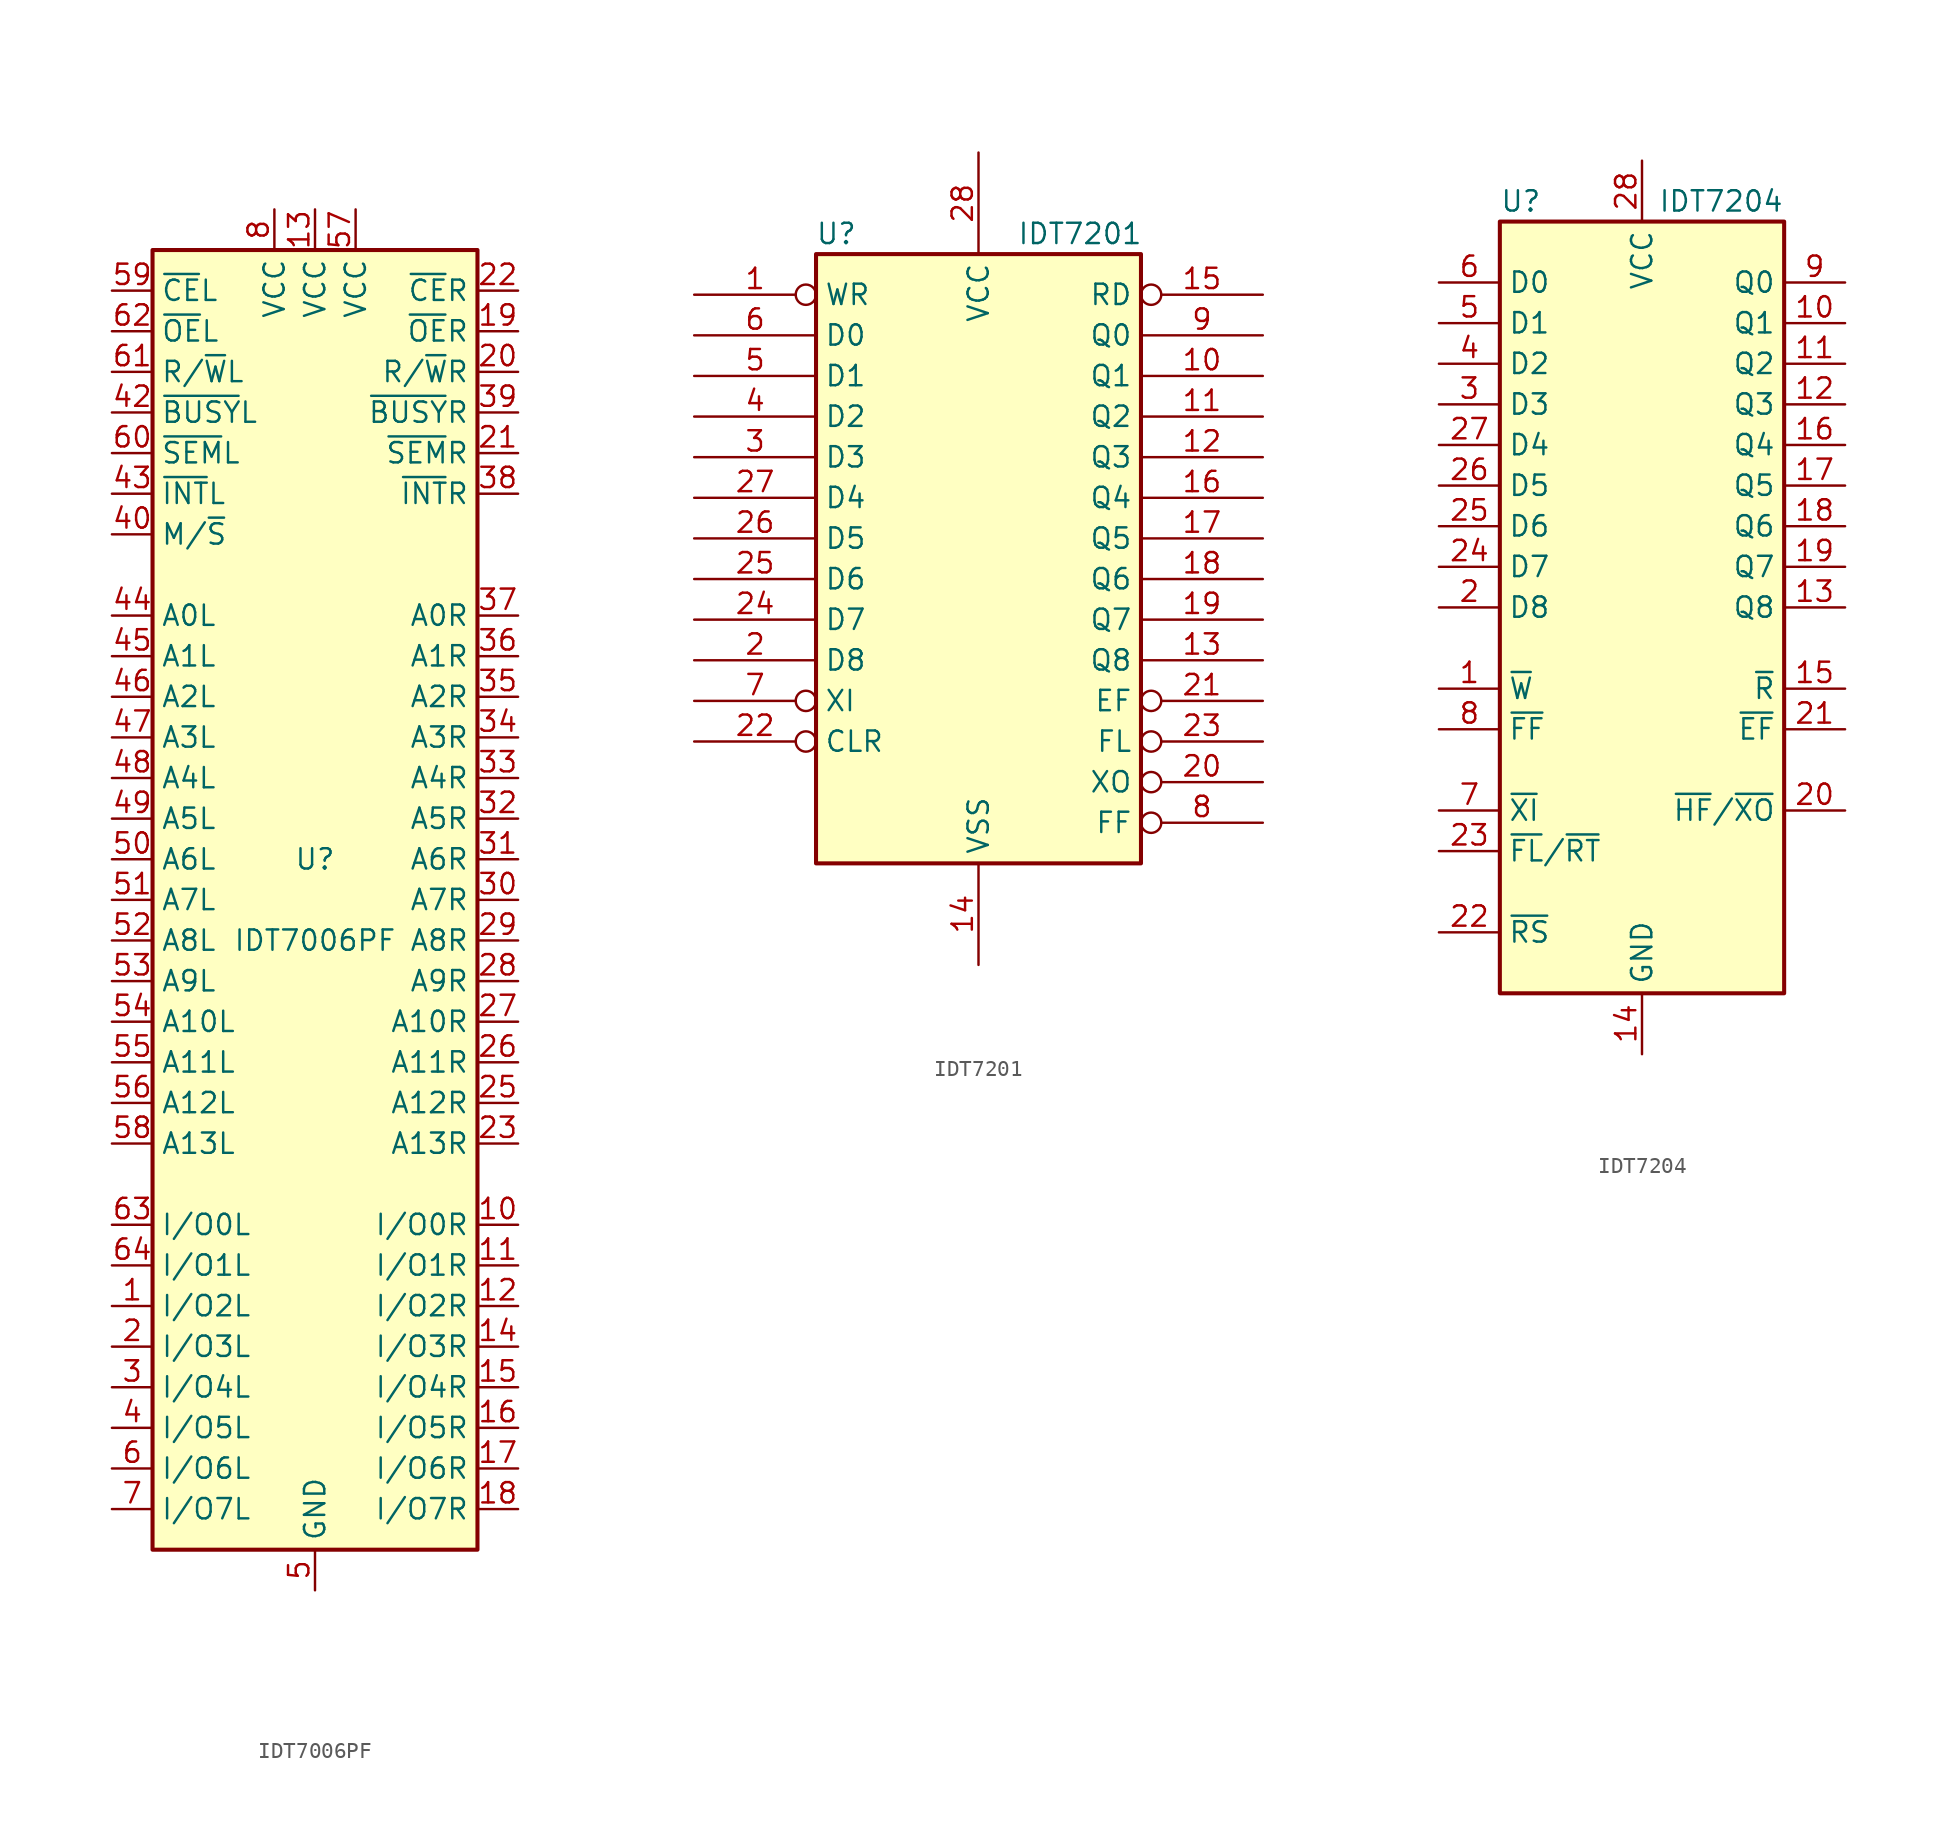
<source format=kicad_sym>
(kicad_symbol_lib
  (version 20220914)
  (generator kicad_symbol_editor)
  (symbol "IDT7006PF"
    (property "Reference" "U"
      (at 0 2.54 0)
      (effects (font (size 1.27 1.27))))
    (property "Value" "IDT7006PF"
      (at 0 -2.54 0)
      (effects (font (size 1.27 1.27))))
    (symbol "IDT7006PF_0_1"
      (rectangle (start -10.16 -40.64) (end 10.16 40.64) (stroke (width 0.254) (type solid)) (fill (type background))))
    (symbol "IDT7006PF_1_1"
      (pin bidirectional line (at -12.7 -25.4 0) (length 2.54) (name "I/O2L" (effects (font (size 1.27 1.27)))) (number "1" (effects (font (size 1.27 1.27)))))
      (pin bidirectional line (at 12.7 -20.32 180) (length 2.54) (name "I/O0R" (effects (font (size 1.27 1.27)))) (number "10" (effects (font (size 1.27 1.27)))))
      (pin bidirectional line (at 12.7 -22.86 180) (length 2.54) (name "I/O1R" (effects (font (size 1.27 1.27)))) (number "11" (effects (font (size 1.27 1.27)))))
      (pin bidirectional line (at 12.7 -25.4 180) (length 2.54) (name "I/O2R" (effects (font (size 1.27 1.27)))) (number "12" (effects (font (size 1.27 1.27)))))
      (pin power_in line (at 0 43.18 270) (length 2.54) (name "VCC" (effects (font (size 1.27 1.27)))) (number "13" (effects (font (size 1.27 1.27)))))
      (pin bidirectional line (at 12.7 -27.94 180) (length 2.54) (name "I/O3R" (effects (font (size 1.27 1.27)))) (number "14" (effects (font (size 1.27 1.27)))))
      (pin bidirectional line (at 12.7 -30.48 180) (length 2.54) (name "I/O4R" (effects (font (size 1.27 1.27)))) (number "15" (effects (font (size 1.27 1.27)))))
      (pin bidirectional line (at 12.7 -33.02 180) (length 2.54) (name "I/O5R" (effects (font (size 1.27 1.27)))) (number "16" (effects (font (size 1.27 1.27)))))
      (pin bidirectional line (at 12.7 -35.56 180) (length 2.54) (name "I/O6R" (effects (font (size 1.27 1.27)))) (number "17" (effects (font (size 1.27 1.27)))))
      (pin bidirectional line (at 12.7 -38.1 180) (length 2.54) (name "I/O7R" (effects (font (size 1.27 1.27)))) (number "18" (effects (font (size 1.27 1.27)))))
      (pin input line (at 12.7 35.56 180) (length 2.54) (name "~{OE}R" (effects (font (size 1.27 1.27)))) (number "19" (effects (font (size 1.27 1.27)))))
      (pin bidirectional line (at -12.7 -27.94 0) (length 2.54) (name "I/O3L" (effects (font (size 1.27 1.27)))) (number "2" (effects (font (size 1.27 1.27)))))
      (pin input line (at 12.7 33.02 180) (length 2.54) (name "R/~{W}R" (effects (font (size 1.27 1.27)))) (number "20" (effects (font (size 1.27 1.27)))))
      (pin input line (at 12.7 27.94 180) (length 2.54) (name "~{SEM}R" (effects (font (size 1.27 1.27)))) (number "21" (effects (font (size 1.27 1.27)))))
      (pin input line (at 12.7 38.1 180) (length 2.54) (name "~{CE}R" (effects (font (size 1.27 1.27)))) (number "22" (effects (font (size 1.27 1.27)))))
      (pin input line (at 12.7 -15.24 180) (length 2.54) (name "A13R" (effects (font (size 1.27 1.27)))) (number "23" (effects (font (size 1.27 1.27)))))
      (pin passive line (at 0 -43.18 90) (length 2.54) hide (name "GND" (effects (font (size 1.27 1.27)))) (number "24" (effects (font (size 1.27 1.27)))))
      (pin input line (at 12.7 -12.7 180) (length 2.54) (name "A12R" (effects (font (size 1.27 1.27)))) (number "25" (effects (font (size 1.27 1.27)))))
      (pin input line (at 12.7 -10.16 180) (length 2.54) (name "A11R" (effects (font (size 1.27 1.27)))) (number "26" (effects (font (size 1.27 1.27)))))
      (pin input line (at 12.7 -7.62 180) (length 2.54) (name "A10R" (effects (font (size 1.27 1.27)))) (number "27" (effects (font (size 1.27 1.27)))))
      (pin input line (at 12.7 -5.08 180) (length 2.54) (name "A9R" (effects (font (size 1.27 1.27)))) (number "28" (effects (font (size 1.27 1.27)))))
      (pin input line (at 12.7 -2.54 180) (length 2.54) (name "A8R" (effects (font (size 1.27 1.27)))) (number "29" (effects (font (size 1.27 1.27)))))
      (pin bidirectional line (at -12.7 -30.48 0) (length 2.54) (name "I/O4L" (effects (font (size 1.27 1.27)))) (number "3" (effects (font (size 1.27 1.27)))))
      (pin input line (at 12.7 0 180) (length 2.54) (name "A7R" (effects (font (size 1.27 1.27)))) (number "30" (effects (font (size 1.27 1.27)))))
      (pin input line (at 12.7 2.54 180) (length 2.54) (name "A6R" (effects (font (size 1.27 1.27)))) (number "31" (effects (font (size 1.27 1.27)))))
      (pin input line (at 12.7 5.08 180) (length 2.54) (name "A5R" (effects (font (size 1.27 1.27)))) (number "32" (effects (font (size 1.27 1.27)))))
      (pin input line (at 12.7 7.62 180) (length 2.54) (name "A4R" (effects (font (size 1.27 1.27)))) (number "33" (effects (font (size 1.27 1.27)))))
      (pin input line (at 12.7 10.16 180) (length 2.54) (name "A3R" (effects (font (size 1.27 1.27)))) (number "34" (effects (font (size 1.27 1.27)))))
      (pin input line (at 12.7 12.7 180) (length 2.54) (name "A2R" (effects (font (size 1.27 1.27)))) (number "35" (effects (font (size 1.27 1.27)))))
      (pin input line (at 12.7 15.24 180) (length 2.54) (name "A1R" (effects (font (size 1.27 1.27)))) (number "36" (effects (font (size 1.27 1.27)))))
      (pin input line (at 12.7 17.78 180) (length 2.54) (name "A0R" (effects (font (size 1.27 1.27)))) (number "37" (effects (font (size 1.27 1.27)))))
      (pin output line (at 12.7 25.4 180) (length 2.54) (name "~{INT}R" (effects (font (size 1.27 1.27)))) (number "38" (effects (font (size 1.27 1.27)))))
      (pin output line (at 12.7 30.48 180) (length 2.54) (name "~{BUSY}R" (effects (font (size 1.27 1.27)))) (number "39" (effects (font (size 1.27 1.27)))))
      (pin bidirectional line (at -12.7 -33.02 0) (length 2.54) (name "I/O5L" (effects (font (size 1.27 1.27)))) (number "4" (effects (font (size 1.27 1.27)))))
      (pin input line (at -12.7 22.86 0) (length 2.54) (name "M/~{S}" (effects (font (size 1.27 1.27)))) (number "40" (effects (font (size 1.27 1.27)))))
      (pin passive line (at 0 -43.18 90) (length 2.54) hide (name "GND" (effects (font (size 1.27 1.27)))) (number "41" (effects (font (size 1.27 1.27)))))
      (pin output line (at -12.7 30.48 0) (length 2.54) (name "~{BUSY}L" (effects (font (size 1.27 1.27)))) (number "42" (effects (font (size 1.27 1.27)))))
      (pin output line (at -12.7 25.4 0) (length 2.54) (name "~{INT}L" (effects (font (size 1.27 1.27)))) (number "43" (effects (font (size 1.27 1.27)))))
      (pin input line (at -12.7 17.78 0) (length 2.54) (name "A0L" (effects (font (size 1.27 1.27)))) (number "44" (effects (font (size 1.27 1.27)))))
      (pin input line (at -12.7 15.24 0) (length 2.54) (name "A1L" (effects (font (size 1.27 1.27)))) (number "45" (effects (font (size 1.27 1.27)))))
      (pin input line (at -12.7 12.7 0) (length 2.54) (name "A2L" (effects (font (size 1.27 1.27)))) (number "46" (effects (font (size 1.27 1.27)))))
      (pin input line (at -12.7 10.16 0) (length 2.54) (name "A3L" (effects (font (size 1.27 1.27)))) (number "47" (effects (font (size 1.27 1.27)))))
      (pin input line (at -12.7 7.62 0) (length 2.54) (name "A4L" (effects (font (size 1.27 1.27)))) (number "48" (effects (font (size 1.27 1.27)))))
      (pin input line (at -12.7 5.08 0) (length 2.54) (name "A5L" (effects (font (size 1.27 1.27)))) (number "49" (effects (font (size 1.27 1.27)))))
      (pin power_in line (at 0 -43.18 90) (length 2.54) (name "GND" (effects (font (size 1.27 1.27)))) (number "5" (effects (font (size 1.27 1.27)))))
      (pin input line (at -12.7 2.54 0) (length 2.54) (name "A6L" (effects (font (size 1.27 1.27)))) (number "50" (effects (font (size 1.27 1.27)))))
      (pin input line (at -12.7 0 0) (length 2.54) (name "A7L" (effects (font (size 1.27 1.27)))) (number "51" (effects (font (size 1.27 1.27)))))
      (pin input line (at -12.7 -2.54 0) (length 2.54) (name "A8L" (effects (font (size 1.27 1.27)))) (number "52" (effects (font (size 1.27 1.27)))))
      (pin input line (at -12.7 -5.08 0) (length 2.54) (name "A9L" (effects (font (size 1.27 1.27)))) (number "53" (effects (font (size 1.27 1.27)))))
      (pin input line (at -12.7 -7.62 0) (length 2.54) (name "A10L" (effects (font (size 1.27 1.27)))) (number "54" (effects (font (size 1.27 1.27)))))
      (pin input line (at -12.7 -10.16 0) (length 2.54) (name "A11L" (effects (font (size 1.27 1.27)))) (number "55" (effects (font (size 1.27 1.27)))))
      (pin input line (at -12.7 -12.7 0) (length 2.54) (name "A12L" (effects (font (size 1.27 1.27)))) (number "56" (effects (font (size 1.27 1.27)))))
      (pin power_in line (at 2.54 43.18 270) (length 2.54) (name "VCC" (effects (font (size 1.27 1.27)))) (number "57" (effects (font (size 1.27 1.27)))))
      (pin input line (at -12.7 -15.24 0) (length 2.54) (name "A13L" (effects (font (size 1.27 1.27)))) (number "58" (effects (font (size 1.27 1.27)))))
      (pin input line (at -12.7 38.1 0) (length 2.54) (name "~{CE}L" (effects (font (size 1.27 1.27)))) (number "59" (effects (font (size 1.27 1.27)))))
      (pin bidirectional line (at -12.7 -35.56 0) (length 2.54) (name "I/O6L" (effects (font (size 1.27 1.27)))) (number "6" (effects (font (size 1.27 1.27)))))
      (pin input line (at -12.7 27.94 0) (length 2.54) (name "~{SEM}L" (effects (font (size 1.27 1.27)))) (number "60" (effects (font (size 1.27 1.27)))))
      (pin input line (at -12.7 33.02 0) (length 2.54) (name "R/~{W}L" (effects (font (size 1.27 1.27)))) (number "61" (effects (font (size 1.27 1.27)))))
      (pin input line (at -12.7 35.56 0) (length 2.54) (name "~{OE}L" (effects (font (size 1.27 1.27)))) (number "62" (effects (font (size 1.27 1.27)))))
      (pin bidirectional line (at -12.7 -20.32 0) (length 2.54) (name "I/O0L" (effects (font (size 1.27 1.27)))) (number "63" (effects (font (size 1.27 1.27)))))
      (pin bidirectional line (at -12.7 -22.86 0) (length 2.54) (name "I/O1L" (effects (font (size 1.27 1.27)))) (number "64" (effects (font (size 1.27 1.27)))))
      (pin bidirectional line (at -12.7 -38.1 0) (length 2.54) (name "I/O7L" (effects (font (size 1.27 1.27)))) (number "7" (effects (font (size 1.27 1.27)))))
      (pin power_in line (at -2.54 43.18 270) (length 2.54) (name "VCC" (effects (font (size 1.27 1.27)))) (number "8" (effects (font (size 1.27 1.27)))))
      (pin passive line (at 0 -43.18 90) (length 2.54) hide (name "GND" (effects (font (size 1.27 1.27)))) (number "9" (effects (font (size 1.27 1.27)))))))
  (symbol "IDT7201"
    (property "Reference" "U"
      (at -8.89 20.32 0)
      (effects (font (size 1.27 1.27))))
    (property "Value" "IDT7201"
      (at 6.35 20.32 0)
      (effects (font (size 1.27 1.27))))
    (symbol "IDT7201_0_1"
      (rectangle (start -10.16 -19.05) (end 10.16 19.05) (stroke (width 0.254) (type solid)) (fill (type background))))
    (symbol "IDT7201_1_1"
      (pin input inverted (at -17.78 16.51 0) (length 7.62) (name "WR" (effects (font (size 1.27 1.27)))) (number "1" (effects (font (size 1.27 1.27)))))
      (pin tri_state line (at 17.78 11.43 180) (length 7.62) (name "Q1" (effects (font (size 1.27 1.27)))) (number "10" (effects (font (size 1.27 1.27)))))
      (pin tri_state line (at 17.78 8.89 180) (length 7.62) (name "Q2" (effects (font (size 1.27 1.27)))) (number "11" (effects (font (size 1.27 1.27)))))
      (pin tri_state line (at 17.78 6.35 180) (length 7.62) (name "Q3" (effects (font (size 1.27 1.27)))) (number "12" (effects (font (size 1.27 1.27)))))
      (pin tri_state line (at 17.78 -6.35 180) (length 7.62) (name "Q8" (effects (font (size 1.27 1.27)))) (number "13" (effects (font (size 1.27 1.27)))))
      (pin power_in line (at 0 -25.4 90) (length 6.35) (name "VSS" (effects (font (size 1.27 1.27)))) (number "14" (effects (font (size 1.27 1.27)))))
      (pin input inverted (at 17.78 16.51 180) (length 7.62) (name "RD" (effects (font (size 1.27 1.27)))) (number "15" (effects (font (size 1.27 1.27)))))
      (pin tri_state line (at 17.78 3.81 180) (length 7.62) (name "Q4" (effects (font (size 1.27 1.27)))) (number "16" (effects (font (size 1.27 1.27)))))
      (pin tri_state line (at 17.78 1.27 180) (length 7.62) (name "Q5" (effects (font (size 1.27 1.27)))) (number "17" (effects (font (size 1.27 1.27)))))
      (pin tri_state line (at 17.78 -1.27 180) (length 7.62) (name "Q6" (effects (font (size 1.27 1.27)))) (number "18" (effects (font (size 1.27 1.27)))))
      (pin tri_state line (at 17.78 -3.81 180) (length 7.62) (name "Q7" (effects (font (size 1.27 1.27)))) (number "19" (effects (font (size 1.27 1.27)))))
      (pin input line (at -17.78 -6.35 0) (length 7.62) (name "D8" (effects (font (size 1.27 1.27)))) (number "2" (effects (font (size 1.27 1.27)))))
      (pin input inverted (at 17.78 -13.97 180) (length 7.62) (name "XO" (effects (font (size 1.27 1.27)))) (number "20" (effects (font (size 1.27 1.27)))))
      (pin output inverted (at 17.78 -8.89 180) (length 7.62) (name "EF" (effects (font (size 1.27 1.27)))) (number "21" (effects (font (size 1.27 1.27)))))
      (pin input inverted (at -17.78 -11.43 0) (length 7.62) (name "CLR" (effects (font (size 1.27 1.27)))) (number "22" (effects (font (size 1.27 1.27)))))
      (pin input inverted (at 17.78 -11.43 180) (length 7.62) (name "FL" (effects (font (size 1.27 1.27)))) (number "23" (effects (font (size 1.27 1.27)))))
      (pin input line (at -17.78 -3.81 0) (length 7.62) (name "D7" (effects (font (size 1.27 1.27)))) (number "24" (effects (font (size 1.27 1.27)))))
      (pin input line (at -17.78 -1.27 0) (length 7.62) (name "D6" (effects (font (size 1.27 1.27)))) (number "25" (effects (font (size 1.27 1.27)))))
      (pin input line (at -17.78 1.27 0) (length 7.62) (name "D5" (effects (font (size 1.27 1.27)))) (number "26" (effects (font (size 1.27 1.27)))))
      (pin input line (at -17.78 3.81 0) (length 7.62) (name "D4" (effects (font (size 1.27 1.27)))) (number "27" (effects (font (size 1.27 1.27)))))
      (pin power_in line (at 0 25.4 270) (length 6.35) (name "VCC" (effects (font (size 1.27 1.27)))) (number "28" (effects (font (size 1.27 1.27)))))
      (pin input line (at -17.78 6.35 0) (length 7.62) (name "D3" (effects (font (size 1.27 1.27)))) (number "3" (effects (font (size 1.27 1.27)))))
      (pin input line (at -17.78 8.89 0) (length 7.62) (name "D2" (effects (font (size 1.27 1.27)))) (number "4" (effects (font (size 1.27 1.27)))))
      (pin input line (at -17.78 11.43 0) (length 7.62) (name "D1" (effects (font (size 1.27 1.27)))) (number "5" (effects (font (size 1.27 1.27)))))
      (pin input line (at -17.78 13.97 0) (length 7.62) (name "D0" (effects (font (size 1.27 1.27)))) (number "6" (effects (font (size 1.27 1.27)))))
      (pin input inverted (at -17.78 -8.89 0) (length 7.62) (name "XI" (effects (font (size 1.27 1.27)))) (number "7" (effects (font (size 1.27 1.27)))))
      (pin output inverted (at 17.78 -16.51 180) (length 7.62) (name "FF" (effects (font (size 1.27 1.27)))) (number "8" (effects (font (size 1.27 1.27)))))
      (pin tri_state line (at 17.78 13.97 180) (length 7.62) (name "Q0" (effects (font (size 1.27 1.27)))) (number "9" (effects (font (size 1.27 1.27)))))))
  (symbol "IDT7204"
    (property "Reference" "U"
      (at -8.89 25.4 0)
      (effects (font (size 1.27 1.27)) (justify left)))
    (property "Value" "IDT7204"
      (at 8.89 25.4 0)
      (effects (font (size 1.27 1.27)) (justify right)))
    (symbol "IDT7204_0_1"
      (rectangle (start -8.89 24.13) (end 8.89 -24.13) (stroke (width 0.254) (type solid)) (fill (type background)))
      (pin input line (at -12.7 -5.08 0) (length 3.81) (name "~{W}" (effects (font (size 1.27 1.27)))) (number "1" (effects (font (size 1.27 1.27)))))
      (pin output line (at 12.7 17.78 180) (length 3.81) (name "Q1" (effects (font (size 1.27 1.27)))) (number "10" (effects (font (size 1.27 1.27)))))
      (pin output line (at 12.7 15.24 180) (length 3.81) (name "Q2" (effects (font (size 1.27 1.27)))) (number "11" (effects (font (size 1.27 1.27)))))
      (pin output line (at 12.7 12.7 180) (length 3.81) (name "Q3" (effects (font (size 1.27 1.27)))) (number "12" (effects (font (size 1.27 1.27)))))
      (pin output line (at 12.7 0 180) (length 3.81) (name "Q8" (effects (font (size 1.27 1.27)))) (number "13" (effects (font (size 1.27 1.27)))))
      (pin power_in line (at 0 -27.94 90) (length 3.81) (name "GND" (effects (font (size 1.27 1.27)))) (number "14" (effects (font (size 1.27 1.27)))))
      (pin input line (at 12.7 -5.08 180) (length 3.81) (name "~{R}" (effects (font (size 1.27 1.27)))) (number "15" (effects (font (size 1.27 1.27)))))
      (pin output line (at 12.7 10.16 180) (length 3.81) (name "Q4" (effects (font (size 1.27 1.27)))) (number "16" (effects (font (size 1.27 1.27)))))
      (pin output line (at 12.7 7.62 180) (length 3.81) (name "Q5" (effects (font (size 1.27 1.27)))) (number "17" (effects (font (size 1.27 1.27)))))
      (pin output line (at 12.7 5.08 180) (length 3.81) (name "Q6" (effects (font (size 1.27 1.27)))) (number "18" (effects (font (size 1.27 1.27)))))
      (pin output line (at 12.7 2.54 180) (length 3.81) (name "Q7" (effects (font (size 1.27 1.27)))) (number "19" (effects (font (size 1.27 1.27)))))
      (pin input line (at -12.7 0 0) (length 3.81) (name "D8" (effects (font (size 1.27 1.27)))) (number "2" (effects (font (size 1.27 1.27)))))
      (pin output line (at 12.7 -12.7 180) (length 3.81) (name "~{HF}/~{XO}" (effects (font (size 1.27 1.27)))) (number "20" (effects (font (size 1.27 1.27)))))
      (pin output line (at 12.7 -7.62 180) (length 3.81) (name "~{EF}" (effects (font (size 1.27 1.27)))) (number "21" (effects (font (size 1.27 1.27)))))
      (pin input line (at -12.7 -20.32 0) (length 3.81) (name "~{RS}" (effects (font (size 1.27 1.27)))) (number "22" (effects (font (size 1.27 1.27)))))
      (pin input line (at -12.7 -15.24 0) (length 3.81) (name "~{FL}/~{RT}" (effects (font (size 1.27 1.27)))) (number "23" (effects (font (size 1.27 1.27)))))
      (pin input line (at -12.7 2.54 0) (length 3.81) (name "D7" (effects (font (size 1.27 1.27)))) (number "24" (effects (font (size 1.27 1.27)))))
      (pin input line (at -12.7 5.08 0) (length 3.81) (name "D6" (effects (font (size 1.27 1.27)))) (number "25" (effects (font (size 1.27 1.27)))))
      (pin input line (at -12.7 7.62 0) (length 3.81) (name "D5" (effects (font (size 1.27 1.27)))) (number "26" (effects (font (size 1.27 1.27)))))
      (pin input line (at -12.7 10.16 0) (length 3.81) (name "D4" (effects (font (size 1.27 1.27)))) (number "27" (effects (font (size 1.27 1.27)))))
      (pin power_in line (at 0 27.94 270) (length 3.81) (name "VCC" (effects (font (size 1.27 1.27)))) (number "28" (effects (font (size 1.27 1.27)))))
      (pin input line (at -12.7 12.7 0) (length 3.81) (name "D3" (effects (font (size 1.27 1.27)))) (number "3" (effects (font (size 1.27 1.27)))))
      (pin input line (at -12.7 15.24 0) (length 3.81) (name "D2" (effects (font (size 1.27 1.27)))) (number "4" (effects (font (size 1.27 1.27)))))
      (pin input line (at -12.7 17.78 0) (length 3.81) (name "D1" (effects (font (size 1.27 1.27)))) (number "5" (effects (font (size 1.27 1.27)))))
      (pin input line (at -12.7 20.32 0) (length 3.81) (name "D0" (effects (font (size 1.27 1.27)))) (number "6" (effects (font (size 1.27 1.27)))))
      (pin input line (at -12.7 -12.7 0) (length 3.81) (name "~{XI}" (effects (font (size 1.27 1.27)))) (number "7" (effects (font (size 1.27 1.27)))))
      (pin output line (at -12.7 -7.62 0) (length 3.81) (name "~{FF}" (effects (font (size 1.27 1.27)))) (number "8" (effects (font (size 1.27 1.27)))))
      (pin output line (at 12.7 20.32 180) (length 3.81) (name "Q0" (effects (font (size 1.27 1.27)))) (number "9" (effects (font (size 1.27 1.27))))))))
</source>
